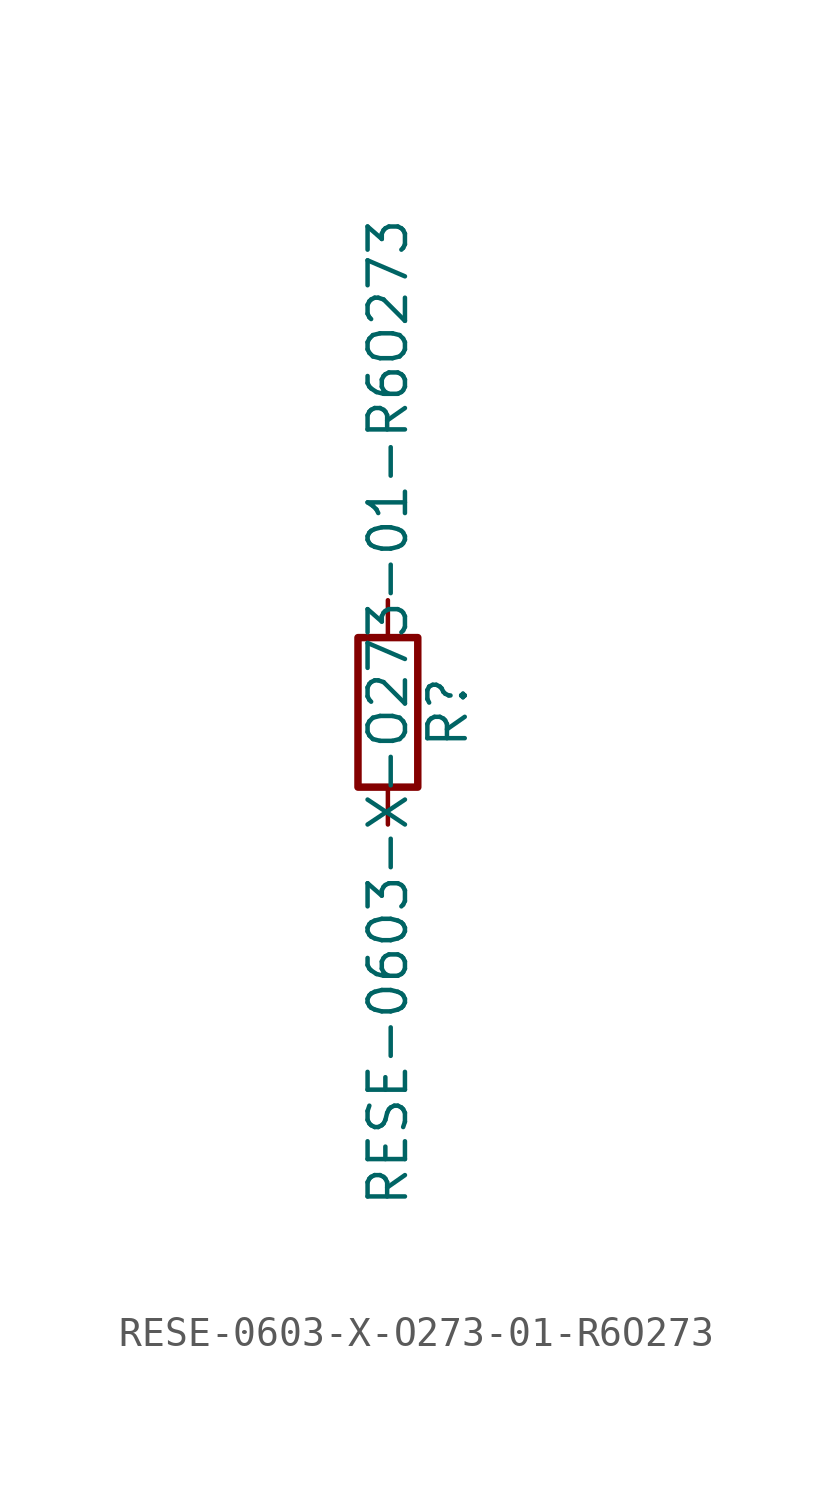
<source format=kicad_sym>
(kicad_symbol_lib
  (version 20211014)
  (generator kicad_symbol_editor)
  (symbol "RESE-0603-X-O273-01-R6O273"
    (pin_numbers hide)
    (pin_names
      (offset 0))
    (property "Reference" "R"
      (at 2.032 0 90)
      (effects (font (size 1.27 1.27))))
    (property "Value" "RESE-0603-X-O273-01-R6O273"
      (at 0 0 90)
      (effects (font (size 1.27 1.27))))
    (symbol "RESE-0603-X-O273-01-R6O273_0_1"
      (rectangle (start -1.016 -2.54) (end 1.016 2.54) (stroke (width 0.254) (type default) (color 0 0 0 0)) (fill (type none))))
    (symbol "RESE-0603-X-O273-01-R6O273_1_1"
      (pin passive line (at 0 3.81 270) (length 1.27) (name "~" (effects (font (size 1.27 1.27)))) (number "1" (effects (font (size 1.27 1.27)))))
      (pin passive line (at 0 -3.81 90) (length 1.27) (name "~" (effects (font (size 1.27 1.27)))) (number "2" (effects (font (size 1.27 1.27))))))))
</source>
